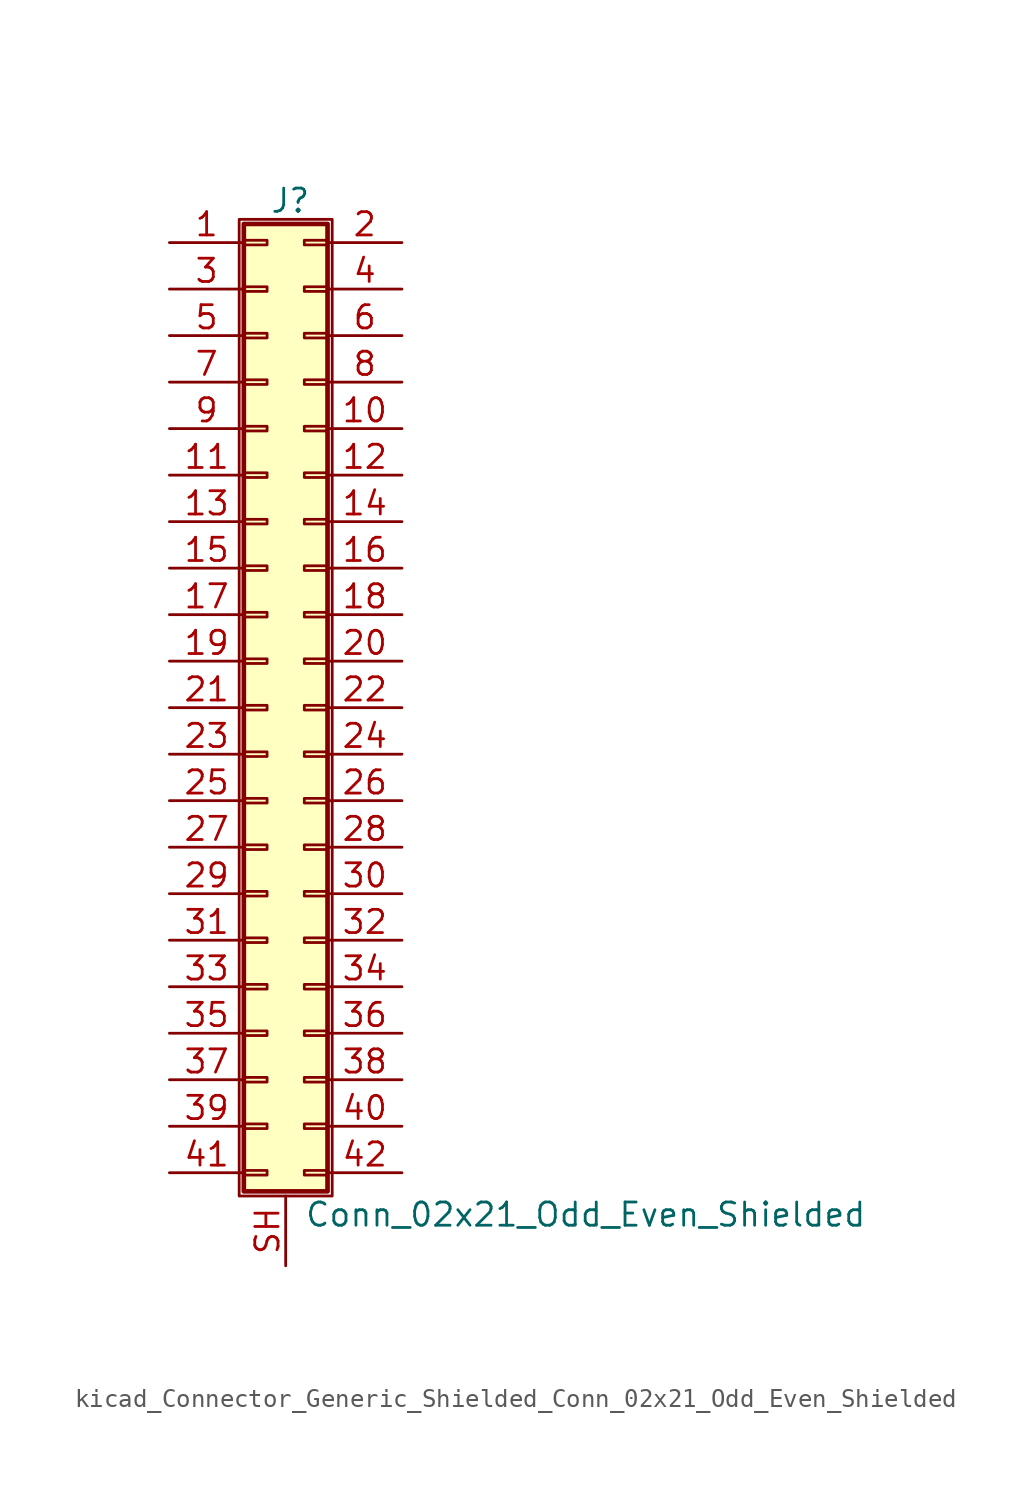
<source format=kicad_sym>
(kicad_symbol_lib
  (version 20220914)
  (generator kicad_symbol_editor)
  (symbol "kicad_Connector_Generic_Shielded_Conn_02x21_Odd_Even_Shielded"
    (pin_names
      (offset 1.016) hide)
    (property "Reference" "J"
      (at 1.524 27.686 0)
      (effects (font (size 1.27 1.27))))
    (property "Value" "Conn_02x21_Odd_Even_Shielded"
      (at 2.286 -27.686 0)
      (effects (font (size 1.27 1.27)) (justify left)))
    (symbol "kicad_Connector_Generic_Shielded_Conn_02x21_Odd_Even_Shielded_1_1"
      (rectangle (start -1.27 26.67) (end 3.81 -26.67) (stroke (width 0.152) (type default)) (fill (type none)))
      (rectangle (start -1.016 -25.273) (end 0.254 -25.527) (stroke (width 0.152) (type default)) (fill (type none)))
      (rectangle (start -1.016 -22.733) (end 0.254 -22.987) (stroke (width 0.152) (type default)) (fill (type none)))
      (rectangle (start -1.016 -20.193) (end 0.254 -20.447) (stroke (width 0.152) (type default)) (fill (type none)))
      (rectangle (start -1.016 -17.653) (end 0.254 -17.907) (stroke (width 0.152) (type default)) (fill (type none)))
      (rectangle (start -1.016 -15.113) (end 0.254 -15.367) (stroke (width 0.152) (type default)) (fill (type none)))
      (rectangle (start -1.016 -12.573) (end 0.254 -12.827) (stroke (width 0.152) (type default)) (fill (type none)))
      (rectangle (start -1.016 -10.033) (end 0.254 -10.287) (stroke (width 0.152) (type default)) (fill (type none)))
      (rectangle (start -1.016 -7.493) (end 0.254 -7.747) (stroke (width 0.152) (type default)) (fill (type none)))
      (rectangle (start -1.016 -4.953) (end 0.254 -5.207) (stroke (width 0.152) (type default)) (fill (type none)))
      (rectangle (start -1.016 -2.413) (end 0.254 -2.667) (stroke (width 0.152) (type default)) (fill (type none)))
      (rectangle (start -1.016 0.127) (end 0.254 -0.127) (stroke (width 0.152) (type default)) (fill (type none)))
      (rectangle (start -1.016 2.667) (end 0.254 2.413) (stroke (width 0.152) (type default)) (fill (type none)))
      (rectangle (start -1.016 5.207) (end 0.254 4.953) (stroke (width 0.152) (type default)) (fill (type none)))
      (rectangle (start -1.016 7.747) (end 0.254 7.493) (stroke (width 0.152) (type default)) (fill (type none)))
      (rectangle (start -1.016 10.287) (end 0.254 10.033) (stroke (width 0.152) (type default)) (fill (type none)))
      (rectangle (start -1.016 12.827) (end 0.254 12.573) (stroke (width 0.152) (type default)) (fill (type none)))
      (rectangle (start -1.016 15.367) (end 0.254 15.113) (stroke (width 0.152) (type default)) (fill (type none)))
      (rectangle (start -1.016 17.907) (end 0.254 17.653) (stroke (width 0.152) (type default)) (fill (type none)))
      (rectangle (start -1.016 20.447) (end 0.254 20.193) (stroke (width 0.152) (type default)) (fill (type none)))
      (rectangle (start -1.016 22.987) (end 0.254 22.733) (stroke (width 0.152) (type default)) (fill (type none)))
      (rectangle (start -1.016 25.527) (end 0.254 25.273) (stroke (width 0.152) (type default)) (fill (type none)))
      (rectangle (start -1.016 26.416) (end 3.556 -26.416) (stroke (width 0.254) (type default)) (fill (type background)))
      (rectangle (start 3.556 -25.273) (end 2.286 -25.527) (stroke (width 0.152) (type default)) (fill (type none)))
      (rectangle (start 3.556 -22.733) (end 2.286 -22.987) (stroke (width 0.152) (type default)) (fill (type none)))
      (rectangle (start 3.556 -20.193) (end 2.286 -20.447) (stroke (width 0.152) (type default)) (fill (type none)))
      (rectangle (start 3.556 -17.653) (end 2.286 -17.907) (stroke (width 0.152) (type default)) (fill (type none)))
      (rectangle (start 3.556 -15.113) (end 2.286 -15.367) (stroke (width 0.152) (type default)) (fill (type none)))
      (rectangle (start 3.556 -12.573) (end 2.286 -12.827) (stroke (width 0.152) (type default)) (fill (type none)))
      (rectangle (start 3.556 -10.033) (end 2.286 -10.287) (stroke (width 0.152) (type default)) (fill (type none)))
      (rectangle (start 3.556 -7.493) (end 2.286 -7.747) (stroke (width 0.152) (type default)) (fill (type none)))
      (rectangle (start 3.556 -4.953) (end 2.286 -5.207) (stroke (width 0.152) (type default)) (fill (type none)))
      (rectangle (start 3.556 -2.413) (end 2.286 -2.667) (stroke (width 0.152) (type default)) (fill (type none)))
      (rectangle (start 3.556 0.127) (end 2.286 -0.127) (stroke (width 0.152) (type default)) (fill (type none)))
      (rectangle (start 3.556 2.667) (end 2.286 2.413) (stroke (width 0.152) (type default)) (fill (type none)))
      (rectangle (start 3.556 5.207) (end 2.286 4.953) (stroke (width 0.152) (type default)) (fill (type none)))
      (rectangle (start 3.556 7.747) (end 2.286 7.493) (stroke (width 0.152) (type default)) (fill (type none)))
      (rectangle (start 3.556 10.287) (end 2.286 10.033) (stroke (width 0.152) (type default)) (fill (type none)))
      (rectangle (start 3.556 12.827) (end 2.286 12.573) (stroke (width 0.152) (type default)) (fill (type none)))
      (rectangle (start 3.556 15.367) (end 2.286 15.113) (stroke (width 0.152) (type default)) (fill (type none)))
      (rectangle (start 3.556 17.907) (end 2.286 17.653) (stroke (width 0.152) (type default)) (fill (type none)))
      (rectangle (start 3.556 20.447) (end 2.286 20.193) (stroke (width 0.152) (type default)) (fill (type none)))
      (rectangle (start 3.556 22.987) (end 2.286 22.733) (stroke (width 0.152) (type default)) (fill (type none)))
      (rectangle (start 3.556 25.527) (end 2.286 25.273) (stroke (width 0.152) (type default)) (fill (type none)))
      (pin passive line (at -5.08 25.4 0) (length 4.064) (name "Pin_1" (effects (font (size 1.27 1.27)))) (number "1" (effects (font (size 1.27 1.27)))))
      (pin passive line (at 7.62 15.24 180) (length 4.064) (name "Pin_10" (effects (font (size 1.27 1.27)))) (number "10" (effects (font (size 1.27 1.27)))))
      (pin passive line (at -5.08 12.7 0) (length 4.064) (name "Pin_11" (effects (font (size 1.27 1.27)))) (number "11" (effects (font (size 1.27 1.27)))))
      (pin passive line (at 7.62 12.7 180) (length 4.064) (name "Pin_12" (effects (font (size 1.27 1.27)))) (number "12" (effects (font (size 1.27 1.27)))))
      (pin passive line (at -5.08 10.16 0) (length 4.064) (name "Pin_13" (effects (font (size 1.27 1.27)))) (number "13" (effects (font (size 1.27 1.27)))))
      (pin passive line (at 7.62 10.16 180) (length 4.064) (name "Pin_14" (effects (font (size 1.27 1.27)))) (number "14" (effects (font (size 1.27 1.27)))))
      (pin passive line (at -5.08 7.62 0) (length 4.064) (name "Pin_15" (effects (font (size 1.27 1.27)))) (number "15" (effects (font (size 1.27 1.27)))))
      (pin passive line (at 7.62 7.62 180) (length 4.064) (name "Pin_16" (effects (font (size 1.27 1.27)))) (number "16" (effects (font (size 1.27 1.27)))))
      (pin passive line (at -5.08 5.08 0) (length 4.064) (name "Pin_17" (effects (font (size 1.27 1.27)))) (number "17" (effects (font (size 1.27 1.27)))))
      (pin passive line (at 7.62 5.08 180) (length 4.064) (name "Pin_18" (effects (font (size 1.27 1.27)))) (number "18" (effects (font (size 1.27 1.27)))))
      (pin passive line (at -5.08 2.54 0) (length 4.064) (name "Pin_19" (effects (font (size 1.27 1.27)))) (number "19" (effects (font (size 1.27 1.27)))))
      (pin passive line (at 7.62 25.4 180) (length 4.064) (name "Pin_2" (effects (font (size 1.27 1.27)))) (number "2" (effects (font (size 1.27 1.27)))))
      (pin passive line (at 7.62 2.54 180) (length 4.064) (name "Pin_20" (effects (font (size 1.27 1.27)))) (number "20" (effects (font (size 1.27 1.27)))))
      (pin passive line (at -5.08 0 0) (length 4.064) (name "Pin_21" (effects (font (size 1.27 1.27)))) (number "21" (effects (font (size 1.27 1.27)))))
      (pin passive line (at 7.62 0 180) (length 4.064) (name "Pin_22" (effects (font (size 1.27 1.27)))) (number "22" (effects (font (size 1.27 1.27)))))
      (pin passive line (at -5.08 -2.54 0) (length 4.064) (name "Pin_23" (effects (font (size 1.27 1.27)))) (number "23" (effects (font (size 1.27 1.27)))))
      (pin passive line (at 7.62 -2.54 180) (length 4.064) (name "Pin_24" (effects (font (size 1.27 1.27)))) (number "24" (effects (font (size 1.27 1.27)))))
      (pin passive line (at -5.08 -5.08 0) (length 4.064) (name "Pin_25" (effects (font (size 1.27 1.27)))) (number "25" (effects (font (size 1.27 1.27)))))
      (pin passive line (at 7.62 -5.08 180) (length 4.064) (name "Pin_26" (effects (font (size 1.27 1.27)))) (number "26" (effects (font (size 1.27 1.27)))))
      (pin passive line (at -5.08 -7.62 0) (length 4.064) (name "Pin_27" (effects (font (size 1.27 1.27)))) (number "27" (effects (font (size 1.27 1.27)))))
      (pin passive line (at 7.62 -7.62 180) (length 4.064) (name "Pin_28" (effects (font (size 1.27 1.27)))) (number "28" (effects (font (size 1.27 1.27)))))
      (pin passive line (at -5.08 -10.16 0) (length 4.064) (name "Pin_29" (effects (font (size 1.27 1.27)))) (number "29" (effects (font (size 1.27 1.27)))))
      (pin passive line (at -5.08 22.86 0) (length 4.064) (name "Pin_3" (effects (font (size 1.27 1.27)))) (number "3" (effects (font (size 1.27 1.27)))))
      (pin passive line (at 7.62 -10.16 180) (length 4.064) (name "Pin_30" (effects (font (size 1.27 1.27)))) (number "30" (effects (font (size 1.27 1.27)))))
      (pin passive line (at -5.08 -12.7 0) (length 4.064) (name "Pin_31" (effects (font (size 1.27 1.27)))) (number "31" (effects (font (size 1.27 1.27)))))
      (pin passive line (at 7.62 -12.7 180) (length 4.064) (name "Pin_32" (effects (font (size 1.27 1.27)))) (number "32" (effects (font (size 1.27 1.27)))))
      (pin passive line (at -5.08 -15.24 0) (length 4.064) (name "Pin_33" (effects (font (size 1.27 1.27)))) (number "33" (effects (font (size 1.27 1.27)))))
      (pin passive line (at 7.62 -15.24 180) (length 4.064) (name "Pin_34" (effects (font (size 1.27 1.27)))) (number "34" (effects (font (size 1.27 1.27)))))
      (pin passive line (at -5.08 -17.78 0) (length 4.064) (name "Pin_35" (effects (font (size 1.27 1.27)))) (number "35" (effects (font (size 1.27 1.27)))))
      (pin passive line (at 7.62 -17.78 180) (length 4.064) (name "Pin_36" (effects (font (size 1.27 1.27)))) (number "36" (effects (font (size 1.27 1.27)))))
      (pin passive line (at -5.08 -20.32 0) (length 4.064) (name "Pin_37" (effects (font (size 1.27 1.27)))) (number "37" (effects (font (size 1.27 1.27)))))
      (pin passive line (at 7.62 -20.32 180) (length 4.064) (name "Pin_38" (effects (font (size 1.27 1.27)))) (number "38" (effects (font (size 1.27 1.27)))))
      (pin passive line (at -5.08 -22.86 0) (length 4.064) (name "Pin_39" (effects (font (size 1.27 1.27)))) (number "39" (effects (font (size 1.27 1.27)))))
      (pin passive line (at 7.62 22.86 180) (length 4.064) (name "Pin_4" (effects (font (size 1.27 1.27)))) (number "4" (effects (font (size 1.27 1.27)))))
      (pin passive line (at 7.62 -22.86 180) (length 4.064) (name "Pin_40" (effects (font (size 1.27 1.27)))) (number "40" (effects (font (size 1.27 1.27)))))
      (pin passive line (at -5.08 -25.4 0) (length 4.064) (name "Pin_41" (effects (font (size 1.27 1.27)))) (number "41" (effects (font (size 1.27 1.27)))))
      (pin passive line (at 7.62 -25.4 180) (length 4.064) (name "Pin_42" (effects (font (size 1.27 1.27)))) (number "42" (effects (font (size 1.27 1.27)))))
      (pin passive line (at -5.08 20.32 0) (length 4.064) (name "Pin_5" (effects (font (size 1.27 1.27)))) (number "5" (effects (font (size 1.27 1.27)))))
      (pin passive line (at 7.62 20.32 180) (length 4.064) (name "Pin_6" (effects (font (size 1.27 1.27)))) (number "6" (effects (font (size 1.27 1.27)))))
      (pin passive line (at -5.08 17.78 0) (length 4.064) (name "Pin_7" (effects (font (size 1.27 1.27)))) (number "7" (effects (font (size 1.27 1.27)))))
      (pin passive line (at 7.62 17.78 180) (length 4.064) (name "Pin_8" (effects (font (size 1.27 1.27)))) (number "8" (effects (font (size 1.27 1.27)))))
      (pin passive line (at -5.08 15.24 0) (length 4.064) (name "Pin_9" (effects (font (size 1.27 1.27)))) (number "9" (effects (font (size 1.27 1.27)))))
      (pin passive line (at 1.27 -30.48 90) (length 3.81) (name "Shield" (effects (font (size 1.27 1.27)))) (number "SH" (effects (font (size 1.27 1.27))))))))
</source>
